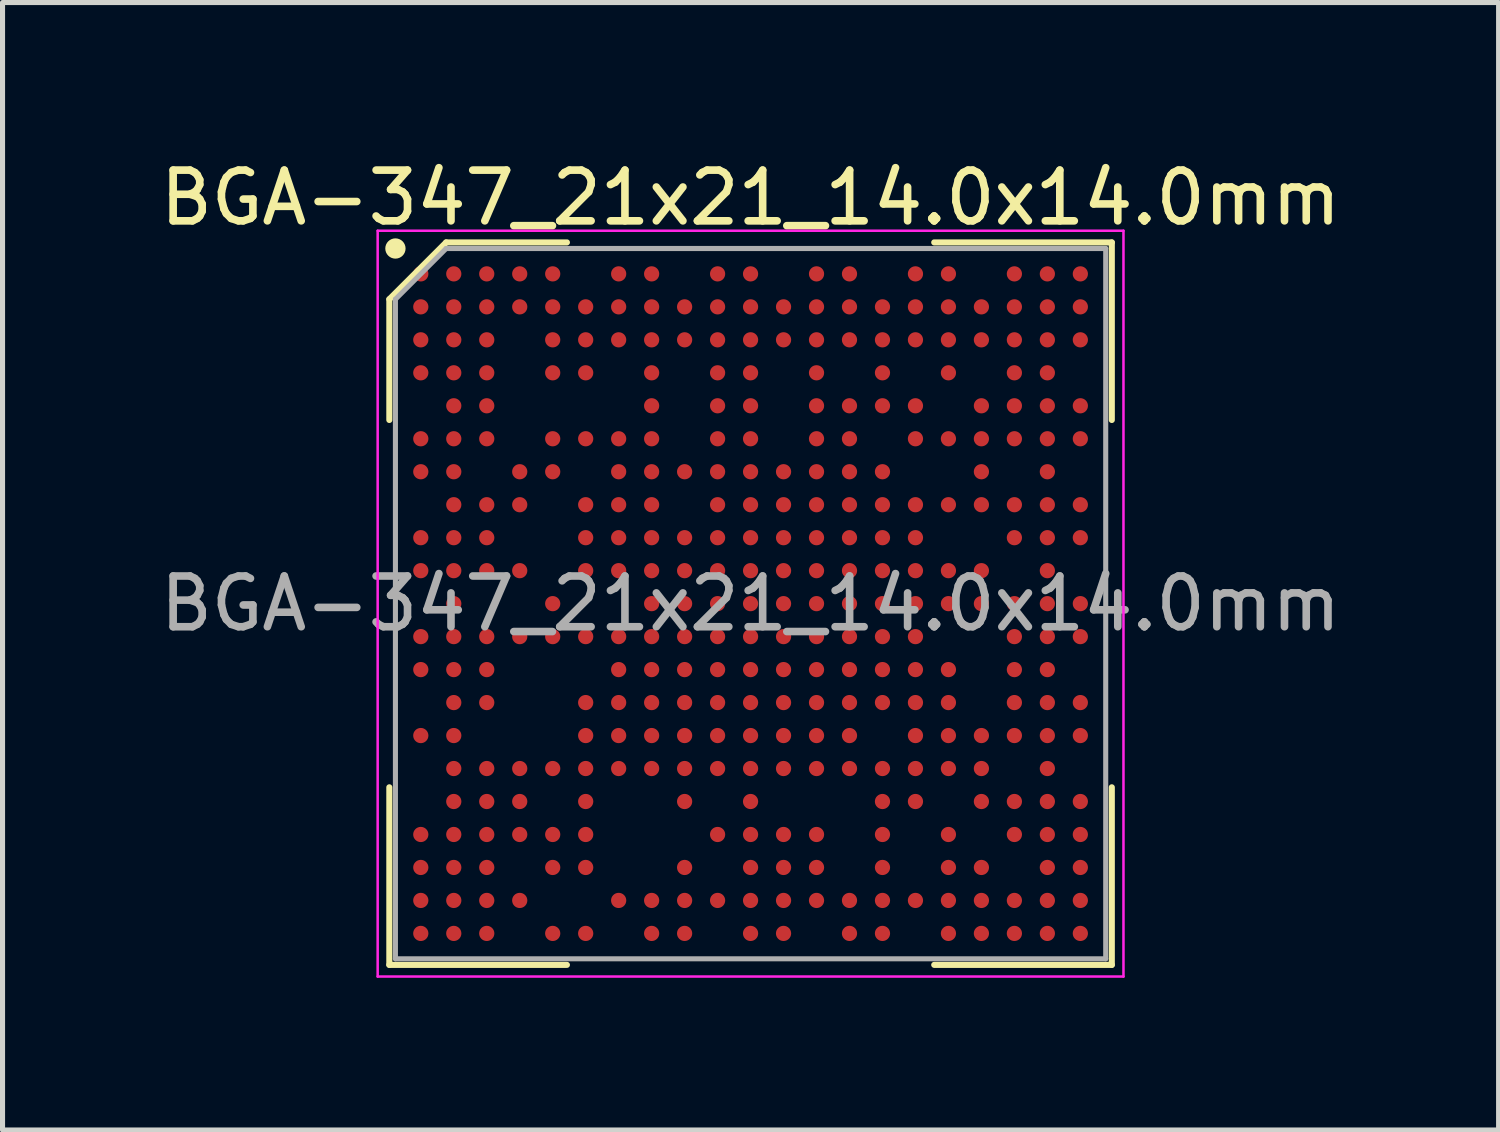
<source format=kicad_pcb>
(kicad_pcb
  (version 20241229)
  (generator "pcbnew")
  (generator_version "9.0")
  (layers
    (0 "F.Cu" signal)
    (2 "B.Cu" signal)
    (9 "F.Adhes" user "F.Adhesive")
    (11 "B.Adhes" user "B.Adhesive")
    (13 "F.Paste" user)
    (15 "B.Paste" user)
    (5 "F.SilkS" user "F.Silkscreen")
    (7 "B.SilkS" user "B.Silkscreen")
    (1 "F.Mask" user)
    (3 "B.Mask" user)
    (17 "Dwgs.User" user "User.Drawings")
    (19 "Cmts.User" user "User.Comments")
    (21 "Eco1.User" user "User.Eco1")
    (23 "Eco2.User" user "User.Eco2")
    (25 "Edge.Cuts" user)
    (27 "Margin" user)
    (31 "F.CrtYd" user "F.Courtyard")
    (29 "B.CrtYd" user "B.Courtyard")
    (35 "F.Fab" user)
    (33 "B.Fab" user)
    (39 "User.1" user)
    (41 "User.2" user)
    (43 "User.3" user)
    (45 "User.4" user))
  (footprint "BGA-347_21x21_14.0x14.0mm"
    (layer "F.Cu")
    (at 11.744 8.848)
    (property "Reference" "BGA-347_21x21_14.0x14.0mm" (at 0 -8 0) (layer "F.SilkS") (effects (font (size 1 1) (thickness 0.15))))
    (attr smd)
    (fp_line (start -7.12 -6) (end -7.12 -3.62) (stroke (width 0.12) (type default)) (layer "F.SilkS"))
    (fp_line (start -7.12 7.12) (end -7.12 3.62) (stroke (width 0.12) (type default)) (layer "F.SilkS"))
    (fp_line (start -6 -7.12) (end -7.12 -6) (stroke (width 0.12) (type default)) (layer "F.SilkS"))
    (fp_line (start -3.62 -7.12) (end -6 -7.12) (stroke (width 0.12) (type default)) (layer "F.SilkS"))
    (fp_line (start -3.62 7.12) (end -7.12 7.12) (stroke (width 0.12) (type default)) (layer "F.SilkS"))
    (fp_line (start 3.62 -7.12) (end 7.12 -7.12) (stroke (width 0.12) (type default)) (layer "F.SilkS"))
    (fp_line (start 3.62 7.12) (end 7.12 7.12) (stroke (width 0.12) (type default)) (layer "F.SilkS"))
    (fp_line (start 7.12 -7.12) (end 7.12 -3.62) (stroke (width 0.12) (type default)) (layer "F.SilkS"))
    (fp_line (start 7.12 7.12) (end 7.12 3.62) (stroke (width 0.12) (type default)) (layer "F.SilkS"))
    (fp_circle (center -7 -7) (end -7 -6.9) (stroke (width 0.2) (type default)) (fill no) (layer "F.SilkS"))
    (fp_line (start -7.35 -7.35) (end 7.35 -7.35) (stroke (width 0.05) (type default)) (layer "F.CrtYd"))
    (fp_line (start -7.35 7.35) (end -7.35 -7.35) (stroke (width 0.05) (type default)) (layer "F.CrtYd"))
    (fp_line (start 7.35 -7.35) (end 7.35 7.35) (stroke (width 0.05) (type default)) (layer "F.CrtYd"))
    (fp_line (start 7.35 7.35) (end -7.35 7.35) (stroke (width 0.05) (type default)) (layer "F.CrtYd"))
    (fp_line (start -7 -6) (end -7 7) (stroke (width 0.1) (type default)) (layer "F.Fab"))
    (fp_line (start -7 7) (end 7 7) (stroke (width 0.1) (type default)) (layer "F.Fab"))
    (fp_line (start -6 -7) (end -7 -6) (stroke (width 0.1) (type default)) (layer "F.Fab"))
    (fp_line (start 7 -7) (end -6 -7) (stroke (width 0.1) (type default)) (layer "F.Fab"))
    (fp_line (start 7 7) (end 7 -7) (stroke (width 0.1) (type default)) (layer "F.Fab"))
    (fp_text user "${REFERENCE}" (at 0 0 0) (layer "F.Fab") (effects (font (size 1 1) (thickness 0.15))))
    (pad "A1" smd circle (at -6.5 -6.5) (size 0.3 0.3) (layers "F.Cu" "F.Mask" "F.Paste"))
    (pad "A2" smd circle (at -5.85 -6.5) (size 0.3 0.3) (layers "F.Cu" "F.Mask" "F.Paste"))
    (pad "A3" smd circle (at -5.2 -6.5) (size 0.3 0.3) (layers "F.Cu" "F.Mask" "F.Paste"))
    (pad "A4" smd circle (at -4.55 -6.5) (size 0.3 0.3) (layers "F.Cu" "F.Mask" "F.Paste"))
    (pad "A5" smd circle (at -3.9 -6.5) (size 0.3 0.3) (layers "F.Cu" "F.Mask" "F.Paste"))
    (pad "A7" smd circle (at -2.6 -6.5) (size 0.3 0.3) (layers "F.Cu" "F.Mask" "F.Paste"))
    (pad "A8" smd circle (at -1.95 -6.5) (size 0.3 0.3) (layers "F.Cu" "F.Mask" "F.Paste"))
    (pad "A10" smd circle (at -0.65 -6.5) (size 0.3 0.3) (layers "F.Cu" "F.Mask" "F.Paste"))
    (pad "A11" smd circle (at 0 -6.5) (size 0.3 0.3) (layers "F.Cu" "F.Mask" "F.Paste"))
    (pad "A13" smd circle (at 1.3 -6.5) (size 0.3 0.3) (layers "F.Cu" "F.Mask" "F.Paste"))
    (pad "A14" smd circle (at 1.95 -6.5) (size 0.3 0.3) (layers "F.Cu" "F.Mask" "F.Paste"))
    (pad "A16" smd circle (at 3.25 -6.5) (size 0.3 0.3) (layers "F.Cu" "F.Mask" "F.Paste"))
    (pad "A17" smd circle (at 3.9 -6.5) (size 0.3 0.3) (layers "F.Cu" "F.Mask" "F.Paste"))
    (pad "A19" smd circle (at 5.2 -6.5) (size 0.3 0.3) (layers "F.Cu" "F.Mask" "F.Paste"))
    (pad "A20" smd circle (at 5.85 -6.5) (size 0.3 0.3) (layers "F.Cu" "F.Mask" "F.Paste"))
    (pad "A21" smd circle (at 6.5 -6.5) (size 0.3 0.3) (layers "F.Cu" "F.Mask" "F.Paste"))
    (pad "AA1" smd circle (at -6.5 6.5) (size 0.3 0.3) (layers "F.Cu" "F.Mask" "F.Paste"))
    (pad "AA2" smd circle (at -5.85 6.5) (size 0.3 0.3) (layers "F.Cu" "F.Mask" "F.Paste"))
    (pad "AA3" smd circle (at -5.2 6.5) (size 0.3 0.3) (layers "F.Cu" "F.Mask" "F.Paste"))
    (pad "AA5" smd circle (at -3.9 6.5) (size 0.3 0.3) (layers "F.Cu" "F.Mask" "F.Paste"))
    (pad "AA6" smd circle (at -3.25 6.5) (size 0.3 0.3) (layers "F.Cu" "F.Mask" "F.Paste"))
    (pad "AA8" smd circle (at -1.95 6.5) (size 0.3 0.3) (layers "F.Cu" "F.Mask" "F.Paste"))
    (pad "AA9" smd circle (at -1.3 6.5) (size 0.3 0.3) (layers "F.Cu" "F.Mask" "F.Paste"))
    (pad "AA11" smd circle (at 0 6.5) (size 0.3 0.3) (layers "F.Cu" "F.Mask" "F.Paste"))
    (pad "AA12" smd circle (at 0.65 6.5) (size 0.3 0.3) (layers "F.Cu" "F.Mask" "F.Paste"))
    (pad "AA14" smd circle (at 1.95 6.5) (size 0.3 0.3) (layers "F.Cu" "F.Mask" "F.Paste"))
    (pad "AA15" smd circle (at 2.6 6.5) (size 0.3 0.3) (layers "F.Cu" "F.Mask" "F.Paste"))
    (pad "AA17" smd circle (at 3.9 6.5) (size 0.3 0.3) (layers "F.Cu" "F.Mask" "F.Paste"))
    (pad "AA18" smd circle (at 4.55 6.5) (size 0.3 0.3) (layers "F.Cu" "F.Mask" "F.Paste"))
    (pad "AA19" smd circle (at 5.2 6.5) (size 0.3 0.3) (layers "F.Cu" "F.Mask" "F.Paste"))
    (pad "AA20" smd circle (at 5.85 6.5) (size 0.3 0.3) (layers "F.Cu" "F.Mask" "F.Paste"))
    (pad "AA21" smd circle (at 6.5 6.5) (size 0.3 0.3) (layers "F.Cu" "F.Mask" "F.Paste"))
    (pad "B1" smd circle (at -6.5 -5.85) (size 0.3 0.3) (layers "F.Cu" "F.Mask" "F.Paste"))
    (pad "B2" smd circle (at -5.85 -5.85) (size 0.3 0.3) (layers "F.Cu" "F.Mask" "F.Paste"))
    (pad "B3" smd circle (at -5.2 -5.85) (size 0.3 0.3) (layers "F.Cu" "F.Mask" "F.Paste"))
    (pad "B4" smd circle (at -4.55 -5.85) (size 0.3 0.3) (layers "F.Cu" "F.Mask" "F.Paste"))
    (pad "B5" smd circle (at -3.9 -5.85) (size 0.3 0.3) (layers "F.Cu" "F.Mask" "F.Paste"))
    (pad "B6" smd circle (at -3.25 -5.85) (size 0.3 0.3) (layers "F.Cu" "F.Mask" "F.Paste"))
    (pad "B7" smd circle (at -2.6 -5.85) (size 0.3 0.3) (layers "F.Cu" "F.Mask" "F.Paste"))
    (pad "B8" smd circle (at -1.95 -5.85) (size 0.3 0.3) (layers "F.Cu" "F.Mask" "F.Paste"))
    (pad "B9" smd circle (at -1.3 -5.85) (size 0.3 0.3) (layers "F.Cu" "F.Mask" "F.Paste"))
    (pad "B10" smd circle (at -0.65 -5.85) (size 0.3 0.3) (layers "F.Cu" "F.Mask" "F.Paste"))
    (pad "B11" smd circle (at 0 -5.85) (size 0.3 0.3) (layers "F.Cu" "F.Mask" "F.Paste"))
    (pad "B12" smd circle (at 0.65 -5.85) (size 0.3 0.3) (layers "F.Cu" "F.Mask" "F.Paste"))
    (pad "B13" smd circle (at 1.3 -5.85) (size 0.3 0.3) (layers "F.Cu" "F.Mask" "F.Paste"))
    (pad "B14" smd circle (at 1.95 -5.85) (size 0.3 0.3) (layers "F.Cu" "F.Mask" "F.Paste"))
    (pad "B15" smd circle (at 2.6 -5.85) (size 0.3 0.3) (layers "F.Cu" "F.Mask" "F.Paste"))
    (pad "B16" smd circle (at 3.25 -5.85) (size 0.3 0.3) (layers "F.Cu" "F.Mask" "F.Paste"))
    (pad "B17" smd circle (at 3.9 -5.85) (size 0.3 0.3) (layers "F.Cu" "F.Mask" "F.Paste"))
    (pad "B18" smd circle (at 4.55 -5.85) (size 0.3 0.3) (layers "F.Cu" "F.Mask" "F.Paste"))
    (pad "B19" smd circle (at 5.2 -5.85) (size 0.3 0.3) (layers "F.Cu" "F.Mask" "F.Paste"))
    (pad "B20" smd circle (at 5.85 -5.85) (size 0.3 0.3) (layers "F.Cu" "F.Mask" "F.Paste"))
    (pad "B21" smd circle (at 6.5 -5.85) (size 0.3 0.3) (layers "F.Cu" "F.Mask" "F.Paste"))
    (pad "C1" smd circle (at -6.5 -5.2) (size 0.3 0.3) (layers "F.Cu" "F.Mask" "F.Paste"))
    (pad "C2" smd circle (at -5.85 -5.2) (size 0.3 0.3) (layers "F.Cu" "F.Mask" "F.Paste"))
    (pad "C3" smd circle (at -5.2 -5.2) (size 0.3 0.3) (layers "F.Cu" "F.Mask" "F.Paste"))
    (pad "C5" smd circle (at -3.9 -5.2) (size 0.3 0.3) (layers "F.Cu" "F.Mask" "F.Paste"))
    (pad "C6" smd circle (at -3.25 -5.2) (size 0.3 0.3) (layers "F.Cu" "F.Mask" "F.Paste"))
    (pad "C7" smd circle (at -2.6 -5.2) (size 0.3 0.3) (layers "F.Cu" "F.Mask" "F.Paste"))
    (pad "C8" smd circle (at -1.95 -5.2) (size 0.3 0.3) (layers "F.Cu" "F.Mask" "F.Paste"))
    (pad "C9" smd circle (at -1.3 -5.2) (size 0.3 0.3) (layers "F.Cu" "F.Mask" "F.Paste"))
    (pad "C10" smd circle (at -0.65 -5.2) (size 0.3 0.3) (layers "F.Cu" "F.Mask" "F.Paste"))
    (pad "C11" smd circle (at 0 -5.2) (size 0.3 0.3) (layers "F.Cu" "F.Mask" "F.Paste"))
    (pad "C12" smd circle (at 0.65 -5.2) (size 0.3 0.3) (layers "F.Cu" "F.Mask" "F.Paste"))
    (pad "C13" smd circle (at 1.3 -5.2) (size 0.3 0.3) (layers "F.Cu" "F.Mask" "F.Paste"))
    (pad "C14" smd circle (at 1.95 -5.2) (size 0.3 0.3) (layers "F.Cu" "F.Mask" "F.Paste"))
    (pad "C15" smd circle (at 2.6 -5.2) (size 0.3 0.3) (layers "F.Cu" "F.Mask" "F.Paste"))
    (pad "C16" smd circle (at 3.25 -5.2) (size 0.3 0.3) (layers "F.Cu" "F.Mask" "F.Paste"))
    (pad "C17" smd circle (at 3.9 -5.2) (size 0.3 0.3) (layers "F.Cu" "F.Mask" "F.Paste"))
    (pad "C18" smd circle (at 4.55 -5.2) (size 0.3 0.3) (layers "F.Cu" "F.Mask" "F.Paste"))
    (pad "C19" smd circle (at 5.2 -5.2) (size 0.3 0.3) (layers "F.Cu" "F.Mask" "F.Paste"))
    (pad "C20" smd circle (at 5.85 -5.2) (size 0.3 0.3) (layers "F.Cu" "F.Mask" "F.Paste"))
    (pad "C21" smd circle (at 6.5 -5.2) (size 0.3 0.3) (layers "F.Cu" "F.Mask" "F.Paste"))
    (pad "D1" smd circle (at -6.5 -4.55) (size 0.3 0.3) (layers "F.Cu" "F.Mask" "F.Paste"))
    (pad "D2" smd circle (at -5.85 -4.55) (size 0.3 0.3) (layers "F.Cu" "F.Mask" "F.Paste"))
    (pad "D3" smd circle (at -5.2 -4.55) (size 0.3 0.3) (layers "F.Cu" "F.Mask" "F.Paste"))
    (pad "D5" smd circle (at -3.9 -4.55) (size 0.3 0.3) (layers "F.Cu" "F.Mask" "F.Paste"))
    (pad "D6" smd circle (at -3.25 -4.55) (size 0.3 0.3) (layers "F.Cu" "F.Mask" "F.Paste"))
    (pad "D8" smd circle (at -1.95 -4.55) (size 0.3 0.3) (layers "F.Cu" "F.Mask" "F.Paste"))
    (pad "D10" smd circle (at -0.65 -4.55) (size 0.3 0.3) (layers "F.Cu" "F.Mask" "F.Paste"))
    (pad "D11" smd circle (at 0 -4.55) (size 0.3 0.3) (layers "F.Cu" "F.Mask" "F.Paste"))
    (pad "D13" smd circle (at 1.3 -4.55) (size 0.3 0.3) (layers "F.Cu" "F.Mask" "F.Paste"))
    (pad "D15" smd circle (at 2.6 -4.55) (size 0.3 0.3) (layers "F.Cu" "F.Mask" "F.Paste"))
    (pad "D17" smd circle (at 3.9 -4.55) (size 0.3 0.3) (layers "F.Cu" "F.Mask" "F.Paste"))
    (pad "D19" smd circle (at 5.2 -4.55) (size 0.3 0.3) (layers "F.Cu" "F.Mask" "F.Paste"))
    (pad "D20" smd circle (at 5.85 -4.55) (size 0.3 0.3) (layers "F.Cu" "F.Mask" "F.Paste"))
    (pad "E2" smd circle (at -5.85 -3.9) (size 0.3 0.3) (layers "F.Cu" "F.Mask" "F.Paste"))
    (pad "E3" smd circle (at -5.2 -3.9) (size 0.3 0.3) (layers "F.Cu" "F.Mask" "F.Paste"))
    (pad "E8" smd circle (at -1.95 -3.9) (size 0.3 0.3) (layers "F.Cu" "F.Mask" "F.Paste"))
    (pad "E10" smd circle (at -0.65 -3.9) (size 0.3 0.3) (layers "F.Cu" "F.Mask" "F.Paste"))
    (pad "E11" smd circle (at 0 -3.9) (size 0.3 0.3) (layers "F.Cu" "F.Mask" "F.Paste"))
    (pad "E13" smd circle (at 1.3 -3.9) (size 0.3 0.3) (layers "F.Cu" "F.Mask" "F.Paste"))
    (pad "E14" smd circle (at 1.95 -3.9) (size 0.3 0.3) (layers "F.Cu" "F.Mask" "F.Paste"))
    (pad "E15" smd circle (at 2.6 -3.9) (size 0.3 0.3) (layers "F.Cu" "F.Mask" "F.Paste"))
    (pad "E16" smd circle (at 3.25 -3.9) (size 0.3 0.3) (layers "F.Cu" "F.Mask" "F.Paste"))
    (pad "E18" smd circle (at 4.55 -3.9) (size 0.3 0.3) (layers "F.Cu" "F.Mask" "F.Paste"))
    (pad "E19" smd circle (at 5.2 -3.9) (size 0.3 0.3) (layers "F.Cu" "F.Mask" "F.Paste"))
    (pad "E20" smd circle (at 5.85 -3.9) (size 0.3 0.3) (layers "F.Cu" "F.Mask" "F.Paste"))
    (pad "E21" smd circle (at 6.5 -3.9) (size 0.3 0.3) (layers "F.Cu" "F.Mask" "F.Paste"))
    (pad "F1" smd circle (at -6.5 -3.25) (size 0.3 0.3) (layers "F.Cu" "F.Mask" "F.Paste"))
    (pad "F2" smd circle (at -5.85 -3.25) (size 0.3 0.3) (layers "F.Cu" "F.Mask" "F.Paste"))
    (pad "F3" smd circle (at -5.2 -3.25) (size 0.3 0.3) (layers "F.Cu" "F.Mask" "F.Paste"))
    (pad "F5" smd circle (at -3.9 -3.25) (size 0.3 0.3) (layers "F.Cu" "F.Mask" "F.Paste"))
    (pad "F6" smd circle (at -3.25 -3.25) (size 0.3 0.3) (layers "F.Cu" "F.Mask" "F.Paste"))
    (pad "F7" smd circle (at -2.6 -3.25) (size 0.3 0.3) (layers "F.Cu" "F.Mask" "F.Paste"))
    (pad "F8" smd circle (at -1.95 -3.25) (size 0.3 0.3) (layers "F.Cu" "F.Mask" "F.Paste"))
    (pad "F10" smd circle (at -0.65 -3.25) (size 0.3 0.3) (layers "F.Cu" "F.Mask" "F.Paste"))
    (pad "F11" smd circle (at 0 -3.25) (size 0.3 0.3) (layers "F.Cu" "F.Mask" "F.Paste"))
    (pad "F13" smd circle (at 1.3 -3.25) (size 0.3 0.3) (layers "F.Cu" "F.Mask" "F.Paste"))
    (pad "F14" smd circle (at 1.95 -3.25) (size 0.3 0.3) (layers "F.Cu" "F.Mask" "F.Paste"))
    (pad "F16" smd circle (at 3.25 -3.25) (size 0.3 0.3) (layers "F.Cu" "F.Mask" "F.Paste"))
    (pad "F17" smd circle (at 3.9 -3.25) (size 0.3 0.3) (layers "F.Cu" "F.Mask" "F.Paste"))
    (pad "F18" smd circle (at 4.55 -3.25) (size 0.3 0.3) (layers "F.Cu" "F.Mask" "F.Paste"))
    (pad "F19" smd circle (at 5.2 -3.25) (size 0.3 0.3) (layers "F.Cu" "F.Mask" "F.Paste"))
    (pad "F20" smd circle (at 5.85 -3.25) (size 0.3 0.3) (layers "F.Cu" "F.Mask" "F.Paste"))
    (pad "F21" smd circle (at 6.5 -3.25) (size 0.3 0.3) (layers "F.Cu" "F.Mask" "F.Paste"))
    (pad "G1" smd circle (at -6.5 -2.6) (size 0.3 0.3) (layers "F.Cu" "F.Mask" "F.Paste"))
    (pad "G2" smd circle (at -5.85 -2.6) (size 0.3 0.3) (layers "F.Cu" "F.Mask" "F.Paste"))
    (pad "G4" smd circle (at -4.55 -2.6) (size 0.3 0.3) (layers "F.Cu" "F.Mask" "F.Paste"))
    (pad "G5" smd circle (at -3.9 -2.6) (size 0.3 0.3) (layers "F.Cu" "F.Mask" "F.Paste"))
    (pad "G7" smd circle (at -2.6 -2.6) (size 0.3 0.3) (layers "F.Cu" "F.Mask" "F.Paste"))
    (pad "G8" smd circle (at -1.95 -2.6) (size 0.3 0.3) (layers "F.Cu" "F.Mask" "F.Paste"))
    (pad "G9" smd circle (at -1.3 -2.6) (size 0.3 0.3) (layers "F.Cu" "F.Mask" "F.Paste"))
    (pad "G10" smd circle (at -0.65 -2.6) (size 0.3 0.3) (layers "F.Cu" "F.Mask" "F.Paste"))
    (pad "G11" smd circle (at 0 -2.6) (size 0.3 0.3) (layers "F.Cu" "F.Mask" "F.Paste"))
    (pad "G12" smd circle (at 0.65 -2.6) (size 0.3 0.3) (layers "F.Cu" "F.Mask" "F.Paste"))
    (pad "G13" smd circle (at 1.3 -2.6) (size 0.3 0.3) (layers "F.Cu" "F.Mask" "F.Paste"))
    (pad "G14" smd circle (at 1.95 -2.6) (size 0.3 0.3) (layers "F.Cu" "F.Mask" "F.Paste"))
    (pad "G15" smd circle (at 2.6 -2.6) (size 0.3 0.3) (layers "F.Cu" "F.Mask" "F.Paste"))
    (pad "G18" smd circle (at 4.55 -2.6) (size 0.3 0.3) (layers "F.Cu" "F.Mask" "F.Paste"))
    (pad "G20" smd circle (at 5.85 -2.6) (size 0.3 0.3) (layers "F.Cu" "F.Mask" "F.Paste"))
    (pad "H2" smd circle (at -5.85 -1.95) (size 0.3 0.3) (layers "F.Cu" "F.Mask" "F.Paste"))
    (pad "H3" smd circle (at -5.2 -1.95) (size 0.3 0.3) (layers "F.Cu" "F.Mask" "F.Paste"))
    (pad "H4" smd circle (at -4.55 -1.95) (size 0.3 0.3) (layers "F.Cu" "F.Mask" "F.Paste"))
    (pad "H6" smd circle (at -3.25 -1.95) (size 0.3 0.3) (layers "F.Cu" "F.Mask" "F.Paste"))
    (pad "H7" smd circle (at -2.6 -1.95) (size 0.3 0.3) (layers "F.Cu" "F.Mask" "F.Paste"))
    (pad "H8" smd circle (at -1.95 -1.95) (size 0.3 0.3) (layers "F.Cu" "F.Mask" "F.Paste"))
    (pad "H10" smd circle (at -0.65 -1.95) (size 0.3 0.3) (layers "F.Cu" "F.Mask" "F.Paste"))
    (pad "H11" smd circle (at 0 -1.95) (size 0.3 0.3) (layers "F.Cu" "F.Mask" "F.Paste"))
    (pad "H12" smd circle (at 0.65 -1.95) (size 0.3 0.3) (layers "F.Cu" "F.Mask" "F.Paste"))
    (pad "H13" smd circle (at 1.3 -1.95) (size 0.3 0.3) (layers "F.Cu" "F.Mask" "F.Paste"))
    (pad "H14" smd circle (at 1.95 -1.95) (size 0.3 0.3) (layers "F.Cu" "F.Mask" "F.Paste"))
    (pad "H15" smd circle (at 2.6 -1.95) (size 0.3 0.3) (layers "F.Cu" "F.Mask" "F.Paste"))
    (pad "H16" smd circle (at 3.25 -1.95) (size 0.3 0.3) (layers "F.Cu" "F.Mask" "F.Paste"))
    (pad "H17" smd circle (at 3.9 -1.95) (size 0.3 0.3) (layers "F.Cu" "F.Mask" "F.Paste"))
    (pad "H18" smd circle (at 4.55 -1.95) (size 0.3 0.3) (layers "F.Cu" "F.Mask" "F.Paste"))
    (pad "H19" smd circle (at 5.2 -1.95) (size 0.3 0.3) (layers "F.Cu" "F.Mask" "F.Paste"))
    (pad "H20" smd circle (at 5.85 -1.95) (size 0.3 0.3) (layers "F.Cu" "F.Mask" "F.Paste"))
    (pad "H21" smd circle (at 6.5 -1.95) (size 0.3 0.3) (layers "F.Cu" "F.Mask" "F.Paste"))
    (pad "J1" smd circle (at -6.5 -1.3) (size 0.3 0.3) (layers "F.Cu" "F.Mask" "F.Paste"))
    (pad "J2" smd circle (at -5.85 -1.3) (size 0.3 0.3) (layers "F.Cu" "F.Mask" "F.Paste"))
    (pad "J3" smd circle (at -5.2 -1.3) (size 0.3 0.3) (layers "F.Cu" "F.Mask" "F.Paste"))
    (pad "J6" smd circle (at -3.25 -1.3) (size 0.3 0.3) (layers "F.Cu" "F.Mask" "F.Paste"))
    (pad "J7" smd circle (at -2.6 -1.3) (size 0.3 0.3) (layers "F.Cu" "F.Mask" "F.Paste"))
    (pad "J8" smd circle (at -1.95 -1.3) (size 0.3 0.3) (layers "F.Cu" "F.Mask" "F.Paste"))
    (pad "J9" smd circle (at -1.3 -1.3) (size 0.3 0.3) (layers "F.Cu" "F.Mask" "F.Paste"))
    (pad "J10" smd circle (at -0.65 -1.3) (size 0.3 0.3) (layers "F.Cu" "F.Mask" "F.Paste"))
    (pad "J11" smd circle (at 0 -1.3) (size 0.3 0.3) (layers "F.Cu" "F.Mask" "F.Paste"))
    (pad "J12" smd circle (at 0.65 -1.3) (size 0.3 0.3) (layers "F.Cu" "F.Mask" "F.Paste"))
    (pad "J13" smd circle (at 1.3 -1.3) (size 0.3 0.3) (layers "F.Cu" "F.Mask" "F.Paste"))
    (pad "J14" smd circle (at 1.95 -1.3) (size 0.3 0.3) (layers "F.Cu" "F.Mask" "F.Paste"))
    (pad "J15" smd circle (at 2.6 -1.3) (size 0.3 0.3) (layers "F.Cu" "F.Mask" "F.Paste"))
    (pad "J16" smd circle (at 3.25 -1.3) (size 0.3 0.3) (layers "F.Cu" "F.Mask" "F.Paste"))
    (pad "J19" smd circle (at 5.2 -1.3) (size 0.3 0.3) (layers "F.Cu" "F.Mask" "F.Paste"))
    (pad "J20" smd circle (at 5.85 -1.3) (size 0.3 0.3) (layers "F.Cu" "F.Mask" "F.Paste"))
    (pad "J21" smd circle (at 6.5 -1.3) (size 0.3 0.3) (layers "F.Cu" "F.Mask" "F.Paste"))
    (pad "K1" smd circle (at -6.5 -0.65) (size 0.3 0.3) (layers "F.Cu" "F.Mask" "F.Paste"))
    (pad "K2" smd circle (at -5.85 -0.65) (size 0.3 0.3) (layers "F.Cu" "F.Mask" "F.Paste"))
    (pad "K3" smd circle (at -5.2 -0.65) (size 0.3 0.3) (layers "F.Cu" "F.Mask" "F.Paste"))
    (pad "K4" smd circle (at -4.55 -0.65) (size 0.3 0.3) (layers "F.Cu" "F.Mask" "F.Paste"))
    (pad "K6" smd circle (at -3.25 -0.65) (size 0.3 0.3) (layers "F.Cu" "F.Mask" "F.Paste"))
    (pad "K7" smd circle (at -2.6 -0.65) (size 0.3 0.3) (layers "F.Cu" "F.Mask" "F.Paste"))
    (pad "K8" smd circle (at -1.95 -0.65) (size 0.3 0.3) (layers "F.Cu" "F.Mask" "F.Paste"))
    (pad "K9" smd circle (at -1.3 -0.65) (size 0.3 0.3) (layers "F.Cu" "F.Mask" "F.Paste"))
    (pad "K10" smd circle (at -0.65 -0.65) (size 0.3 0.3) (layers "F.Cu" "F.Mask" "F.Paste"))
    (pad "K11" smd circle (at 0 -0.65) (size 0.3 0.3) (layers "F.Cu" "F.Mask" "F.Paste"))
    (pad "K12" smd circle (at 0.65 -0.65) (size 0.3 0.3) (layers "F.Cu" "F.Mask" "F.Paste"))
    (pad "K13" smd circle (at 1.3 -0.65) (size 0.3 0.3) (layers "F.Cu" "F.Mask" "F.Paste"))
    (pad "K14" smd circle (at 1.95 -0.65) (size 0.3 0.3) (layers "F.Cu" "F.Mask" "F.Paste"))
    (pad "K15" smd circle (at 2.6 -0.65) (size 0.3 0.3) (layers "F.Cu" "F.Mask" "F.Paste"))
    (pad "K16" smd circle (at 3.25 -0.65) (size 0.3 0.3) (layers "F.Cu" "F.Mask" "F.Paste"))
    (pad "K17" smd circle (at 3.9 -0.65) (size 0.3 0.3) (layers "F.Cu" "F.Mask" "F.Paste"))
    (pad "K18" smd circle (at 4.55 -0.65) (size 0.3 0.3) (layers "F.Cu" "F.Mask" "F.Paste"))
    (pad "K20" smd circle (at 5.85 -0.65) (size 0.3 0.3) (layers "F.Cu" "F.Mask" "F.Paste"))
    (pad "L2" smd circle (at -5.85 0) (size 0.3 0.3) (layers "F.Cu" "F.Mask" "F.Paste"))
    (pad "L5" smd circle (at -3.9 0) (size 0.3 0.3) (layers "F.Cu" "F.Mask" "F.Paste"))
    (pad "L8" smd circle (at -1.95 0) (size 0.3 0.3) (layers "F.Cu" "F.Mask" "F.Paste"))
    (pad "L9" smd circle (at -1.3 0) (size 0.3 0.3) (layers "F.Cu" "F.Mask" "F.Paste"))
    (pad "L10" smd circle (at -0.65 0) (size 0.3 0.3) (layers "F.Cu" "F.Mask" "F.Paste"))
    (pad "L11" smd circle (at 0 0) (size 0.3 0.3) (layers "F.Cu" "F.Mask" "F.Paste"))
    (pad "L12" smd circle (at 0.65 0) (size 0.3 0.3) (layers "F.Cu" "F.Mask" "F.Paste"))
    (pad "L13" smd circle (at 1.3 0) (size 0.3 0.3) (layers "F.Cu" "F.Mask" "F.Paste"))
    (pad "L14" smd circle (at 1.95 0) (size 0.3 0.3) (layers "F.Cu" "F.Mask" "F.Paste"))
    (pad "L15" smd circle (at 2.6 0) (size 0.3 0.3) (layers "F.Cu" "F.Mask" "F.Paste"))
    (pad "L16" smd circle (at 3.25 0) (size 0.3 0.3) (layers "F.Cu" "F.Mask" "F.Paste"))
    (pad "L17" smd circle (at 3.9 0) (size 0.3 0.3) (layers "F.Cu" "F.Mask" "F.Paste"))
    (pad "L18" smd circle (at 4.55 0) (size 0.3 0.3) (layers "F.Cu" "F.Mask" "F.Paste"))
    (pad "L19" smd circle (at 5.2 0) (size 0.3 0.3) (layers "F.Cu" "F.Mask" "F.Paste"))
    (pad "L20" smd circle (at 5.85 0) (size 0.3 0.3) (layers "F.Cu" "F.Mask" "F.Paste"))
    (pad "L21" smd circle (at 6.5 0) (size 0.3 0.3) (layers "F.Cu" "F.Mask" "F.Paste"))
    (pad "M1" smd circle (at -6.5 0.65) (size 0.3 0.3) (layers "F.Cu" "F.Mask" "F.Paste"))
    (pad "M2" smd circle (at -5.85 0.65) (size 0.3 0.3) (layers "F.Cu" "F.Mask" "F.Paste"))
    (pad "M3" smd circle (at -5.2 0.65) (size 0.3 0.3) (layers "F.Cu" "F.Mask" "F.Paste"))
    (pad "M4" smd circle (at -4.55 0.65) (size 0.3 0.3) (layers "F.Cu" "F.Mask" "F.Paste"))
    (pad "M5" smd circle (at -3.9 0.65) (size 0.3 0.3) (layers "F.Cu" "F.Mask" "F.Paste"))
    (pad "M6" smd circle (at -3.25 0.65) (size 0.3 0.3) (layers "F.Cu" "F.Mask" "F.Paste"))
    (pad "M7" smd circle (at -2.6 0.65) (size 0.3 0.3) (layers "F.Cu" "F.Mask" "F.Paste"))
    (pad "M8" smd circle (at -1.95 0.65) (size 0.3 0.3) (layers "F.Cu" "F.Mask" "F.Paste"))
    (pad "M9" smd circle (at -1.3 0.65) (size 0.3 0.3) (layers "F.Cu" "F.Mask" "F.Paste"))
    (pad "M10" smd circle (at -0.65 0.65) (size 0.3 0.3) (layers "F.Cu" "F.Mask" "F.Paste"))
    (pad "M11" smd circle (at 0 0.65) (size 0.3 0.3) (layers "F.Cu" "F.Mask" "F.Paste"))
    (pad "M12" smd circle (at 0.65 0.65) (size 0.3 0.3) (layers "F.Cu" "F.Mask" "F.Paste"))
    (pad "M13" smd circle (at 1.3 0.65) (size 0.3 0.3) (layers "F.Cu" "F.Mask" "F.Paste"))
    (pad "M14" smd circle (at 1.95 0.65) (size 0.3 0.3) (layers "F.Cu" "F.Mask" "F.Paste"))
    (pad "M15" smd circle (at 2.6 0.65) (size 0.3 0.3) (layers "F.Cu" "F.Mask" "F.Paste"))
    (pad "M16" smd circle (at 3.25 0.65) (size 0.3 0.3) (layers "F.Cu" "F.Mask" "F.Paste"))
    (pad "M19" smd circle (at 5.2 0.65) (size 0.3 0.3) (layers "F.Cu" "F.Mask" "F.Paste"))
    (pad "M20" smd circle (at 5.85 0.65) (size 0.3 0.3) (layers "F.Cu" "F.Mask" "F.Paste"))
    (pad "M21" smd circle (at 6.5 0.65) (size 0.3 0.3) (layers "F.Cu" "F.Mask" "F.Paste"))
    (pad "N1" smd circle (at -6.5 1.3) (size 0.3 0.3) (layers "F.Cu" "F.Mask" "F.Paste"))
    (pad "N2" smd circle (at -5.85 1.3) (size 0.3 0.3) (layers "F.Cu" "F.Mask" "F.Paste"))
    (pad "N3" smd circle (at -5.2 1.3) (size 0.3 0.3) (layers "F.Cu" "F.Mask" "F.Paste"))
    (pad "N7" smd circle (at -2.6 1.3) (size 0.3 0.3) (layers "F.Cu" "F.Mask" "F.Paste"))
    (pad "N8" smd circle (at -1.95 1.3) (size 0.3 0.3) (layers "F.Cu" "F.Mask" "F.Paste"))
    (pad "N9" smd circle (at -1.3 1.3) (size 0.3 0.3) (layers "F.Cu" "F.Mask" "F.Paste"))
    (pad "N10" smd circle (at -0.65 1.3) (size 0.3 0.3) (layers "F.Cu" "F.Mask" "F.Paste"))
    (pad "N11" smd circle (at 0 1.3) (size 0.3 0.3) (layers "F.Cu" "F.Mask" "F.Paste"))
    (pad "N12" smd circle (at 0.65 1.3) (size 0.3 0.3) (layers "F.Cu" "F.Mask" "F.Paste"))
    (pad "N13" smd circle (at 1.3 1.3) (size 0.3 0.3) (layers "F.Cu" "F.Mask" "F.Paste"))
    (pad "N14" smd circle (at 1.95 1.3) (size 0.3 0.3) (layers "F.Cu" "F.Mask" "F.Paste"))
    (pad "N15" smd circle (at 2.6 1.3) (size 0.3 0.3) (layers "F.Cu" "F.Mask" "F.Paste"))
    (pad "N16" smd circle (at 3.25 1.3) (size 0.3 0.3) (layers "F.Cu" "F.Mask" "F.Paste"))
    (pad "N17" smd circle (at 3.9 1.3) (size 0.3 0.3) (layers "F.Cu" "F.Mask" "F.Paste"))
    (pad "N19" smd circle (at 5.2 1.3) (size 0.3 0.3) (layers "F.Cu" "F.Mask" "F.Paste"))
    (pad "N20" smd circle (at 5.85 1.3) (size 0.3 0.3) (layers "F.Cu" "F.Mask" "F.Paste"))
    (pad "P2" smd circle (at -5.85 1.95) (size 0.3 0.3) (layers "F.Cu" "F.Mask" "F.Paste"))
    (pad "P3" smd circle (at -5.2 1.95) (size 0.3 0.3) (layers "F.Cu" "F.Mask" "F.Paste"))
    (pad "P6" smd circle (at -3.25 1.95) (size 0.3 0.3) (layers "F.Cu" "F.Mask" "F.Paste"))
    (pad "P7" smd circle (at -2.6 1.95) (size 0.3 0.3) (layers "F.Cu" "F.Mask" "F.Paste"))
    (pad "P8" smd circle (at -1.95 1.95) (size 0.3 0.3) (layers "F.Cu" "F.Mask" "F.Paste"))
    (pad "P9" smd circle (at -1.3 1.95) (size 0.3 0.3) (layers "F.Cu" "F.Mask" "F.Paste"))
    (pad "P10" smd circle (at -0.65 1.95) (size 0.3 0.3) (layers "F.Cu" "F.Mask" "F.Paste"))
    (pad "P11" smd circle (at 0 1.95) (size 0.3 0.3) (layers "F.Cu" "F.Mask" "F.Paste"))
    (pad "P12" smd circle (at 0.65 1.95) (size 0.3 0.3) (layers "F.Cu" "F.Mask" "F.Paste"))
    (pad "P13" smd circle (at 1.3 1.95) (size 0.3 0.3) (layers "F.Cu" "F.Mask" "F.Paste"))
    (pad "P14" smd circle (at 1.95 1.95) (size 0.3 0.3) (layers "F.Cu" "F.Mask" "F.Paste"))
    (pad "P15" smd circle (at 2.6 1.95) (size 0.3 0.3) (layers "F.Cu" "F.Mask" "F.Paste"))
    (pad "P16" smd circle (at 3.25 1.95) (size 0.3 0.3) (layers "F.Cu" "F.Mask" "F.Paste"))
    (pad "P17" smd circle (at 3.9 1.95) (size 0.3 0.3) (layers "F.Cu" "F.Mask" "F.Paste"))
    (pad "P19" smd circle (at 5.2 1.95) (size 0.3 0.3) (layers "F.Cu" "F.Mask" "F.Paste"))
    (pad "P20" smd circle (at 5.85 1.95) (size 0.3 0.3) (layers "F.Cu" "F.Mask" "F.Paste"))
    (pad "P21" smd circle (at 6.5 1.95) (size 0.3 0.3) (layers "F.Cu" "F.Mask" "F.Paste"))
    (pad "R1" smd circle (at -6.5 2.6) (size 0.3 0.3) (layers "F.Cu" "F.Mask" "F.Paste"))
    (pad "R2" smd circle (at -5.85 2.6) (size 0.3 0.3) (layers "F.Cu" "F.Mask" "F.Paste"))
    (pad "R6" smd circle (at -3.25 2.6) (size 0.3 0.3) (layers "F.Cu" "F.Mask" "F.Paste"))
    (pad "R7" smd circle (at -2.6 2.6) (size 0.3 0.3) (layers "F.Cu" "F.Mask" "F.Paste"))
    (pad "R8" smd circle (at -1.95 2.6) (size 0.3 0.3) (layers "F.Cu" "F.Mask" "F.Paste"))
    (pad "R9" smd circle (at -1.3 2.6) (size 0.3 0.3) (layers "F.Cu" "F.Mask" "F.Paste"))
    (pad "R10" smd circle (at -0.65 2.6) (size 0.3 0.3) (layers "F.Cu" "F.Mask" "F.Paste"))
    (pad "R11" smd circle (at 0 2.6) (size 0.3 0.3) (layers "F.Cu" "F.Mask" "F.Paste"))
    (pad "R12" smd circle (at 0.65 2.6) (size 0.3 0.3) (layers "F.Cu" "F.Mask" "F.Paste"))
    (pad "R13" smd circle (at 1.3 2.6) (size 0.3 0.3) (layers "F.Cu" "F.Mask" "F.Paste"))
    (pad "R14" smd circle (at 1.95 2.6) (size 0.3 0.3) (layers "F.Cu" "F.Mask" "F.Paste"))
    (pad "R16" smd circle (at 3.25 2.6) (size 0.3 0.3) (layers "F.Cu" "F.Mask" "F.Paste"))
    (pad "R17" smd circle (at 3.9 2.6) (size 0.3 0.3) (layers "F.Cu" "F.Mask" "F.Paste"))
    (pad "R18" smd circle (at 4.55 2.6) (size 0.3 0.3) (layers "F.Cu" "F.Mask" "F.Paste"))
    (pad "R19" smd circle (at 5.2 2.6) (size 0.3 0.3) (layers "F.Cu" "F.Mask" "F.Paste"))
    (pad "R20" smd circle (at 5.85 2.6) (size 0.3 0.3) (layers "F.Cu" "F.Mask" "F.Paste"))
    (pad "R21" smd circle (at 6.5 2.6) (size 0.3 0.3) (layers "F.Cu" "F.Mask" "F.Paste"))
    (pad "T2" smd circle (at -5.85 3.25) (size 0.3 0.3) (layers "F.Cu" "F.Mask" "F.Paste"))
    (pad "T3" smd circle (at -5.2 3.25) (size 0.3 0.3) (layers "F.Cu" "F.Mask" "F.Paste"))
    (pad "T4" smd circle (at -4.55 3.25) (size 0.3 0.3) (layers "F.Cu" "F.Mask" "F.Paste"))
    (pad "T5" smd circle (at -3.9 3.25) (size 0.3 0.3) (layers "F.Cu" "F.Mask" "F.Paste"))
    (pad "T6" smd circle (at -3.25 3.25) (size 0.3 0.3) (layers "F.Cu" "F.Mask" "F.Paste"))
    (pad "T7" smd circle (at -2.6 3.25) (size 0.3 0.3) (layers "F.Cu" "F.Mask" "F.Paste"))
    (pad "T8" smd circle (at -1.95 3.25) (size 0.3 0.3) (layers "F.Cu" "F.Mask" "F.Paste"))
    (pad "T9" smd circle (at -1.3 3.25) (size 0.3 0.3) (layers "F.Cu" "F.Mask" "F.Paste"))
    (pad "T10" smd circle (at -0.65 3.25) (size 0.3 0.3) (layers "F.Cu" "F.Mask" "F.Paste"))
    (pad "T11" smd circle (at 0 3.25) (size 0.3 0.3) (layers "F.Cu" "F.Mask" "F.Paste"))
    (pad "T12" smd circle (at 0.65 3.25) (size 0.3 0.3) (layers "F.Cu" "F.Mask" "F.Paste"))
    (pad "T13" smd circle (at 1.3 3.25) (size 0.3 0.3) (layers "F.Cu" "F.Mask" "F.Paste"))
    (pad "T14" smd circle (at 1.95 3.25) (size 0.3 0.3) (layers "F.Cu" "F.Mask" "F.Paste"))
    (pad "T15" smd circle (at 2.6 3.25) (size 0.3 0.3) (layers "F.Cu" "F.Mask" "F.Paste"))
    (pad "T16" smd circle (at 3.25 3.25) (size 0.3 0.3) (layers "F.Cu" "F.Mask" "F.Paste"))
    (pad "T17" smd circle (at 3.9 3.25) (size 0.3 0.3) (layers "F.Cu" "F.Mask" "F.Paste"))
    (pad "T18" smd circle (at 4.55 3.25) (size 0.3 0.3) (layers "F.Cu" "F.Mask" "F.Paste"))
    (pad "T20" smd circle (at 5.85 3.25) (size 0.3 0.3) (layers "F.Cu" "F.Mask" "F.Paste"))
    (pad "U2" smd circle (at -5.85 3.9) (size 0.3 0.3) (layers "F.Cu" "F.Mask" "F.Paste"))
    (pad "U3" smd circle (at -5.2 3.9) (size 0.3 0.3) (layers "F.Cu" "F.Mask" "F.Paste"))
    (pad "U4" smd circle (at -4.55 3.9) (size 0.3 0.3) (layers "F.Cu" "F.Mask" "F.Paste"))
    (pad "U6" smd circle (at -3.25 3.9) (size 0.3 0.3) (layers "F.Cu" "F.Mask" "F.Paste"))
    (pad "U9" smd circle (at -1.3 3.9) (size 0.3 0.3) (layers "F.Cu" "F.Mask" "F.Paste"))
    (pad "U11" smd circle (at 0 3.9) (size 0.3 0.3) (layers "F.Cu" "F.Mask" "F.Paste"))
    (pad "U15" smd circle (at 2.6 3.9) (size 0.3 0.3) (layers "F.Cu" "F.Mask" "F.Paste"))
    (pad "U16" smd circle (at 3.25 3.9) (size 0.3 0.3) (layers "F.Cu" "F.Mask" "F.Paste"))
    (pad "U18" smd circle (at 4.55 3.9) (size 0.3 0.3) (layers "F.Cu" "F.Mask" "F.Paste"))
    (pad "U19" smd circle (at 5.2 3.9) (size 0.3 0.3) (layers "F.Cu" "F.Mask" "F.Paste"))
    (pad "U20" smd circle (at 5.85 3.9) (size 0.3 0.3) (layers "F.Cu" "F.Mask" "F.Paste"))
    (pad "U21" smd circle (at 6.5 3.9) (size 0.3 0.3) (layers "F.Cu" "F.Mask" "F.Paste"))
    (pad "V1" smd circle (at -6.5 4.55) (size 0.3 0.3) (layers "F.Cu" "F.Mask" "F.Paste"))
    (pad "V2" smd circle (at -5.85 4.55) (size 0.3 0.3) (layers "F.Cu" "F.Mask" "F.Paste"))
    (pad "V3" smd circle (at -5.2 4.55) (size 0.3 0.3) (layers "F.Cu" "F.Mask" "F.Paste"))
    (pad "V4" smd circle (at -4.55 4.55) (size 0.3 0.3) (layers "F.Cu" "F.Mask" "F.Paste"))
    (pad "V5" smd circle (at -3.9 4.55) (size 0.3 0.3) (layers "F.Cu" "F.Mask" "F.Paste"))
    (pad "V6" smd circle (at -3.25 4.55) (size 0.3 0.3) (layers "F.Cu" "F.Mask" "F.Paste"))
    (pad "V10" smd circle (at -0.65 4.55) (size 0.3 0.3) (layers "F.Cu" "F.Mask" "F.Paste"))
    (pad "V11" smd circle (at 0 4.55) (size 0.3 0.3) (layers "F.Cu" "F.Mask" "F.Paste"))
    (pad "V12" smd circle (at 0.65 4.55) (size 0.3 0.3) (layers "F.Cu" "F.Mask" "F.Paste"))
    (pad "V13" smd circle (at 1.3 4.55) (size 0.3 0.3) (layers "F.Cu" "F.Mask" "F.Paste"))
    (pad "V15" smd circle (at 2.6 4.55) (size 0.3 0.3) (layers "F.Cu" "F.Mask" "F.Paste"))
    (pad "V17" smd circle (at 3.9 4.55) (size 0.3 0.3) (layers "F.Cu" "F.Mask" "F.Paste"))
    (pad "V19" smd circle (at 5.2 4.55) (size 0.3 0.3) (layers "F.Cu" "F.Mask" "F.Paste"))
    (pad "V20" smd circle (at 5.85 4.55) (size 0.3 0.3) (layers "F.Cu" "F.Mask" "F.Paste"))
    (pad "V21" smd circle (at 6.5 4.55) (size 0.3 0.3) (layers "F.Cu" "F.Mask" "F.Paste"))
    (pad "W1" smd circle (at -6.5 5.2) (size 0.3 0.3) (layers "F.Cu" "F.Mask" "F.Paste"))
    (pad "W2" smd circle (at -5.85 5.2) (size 0.3 0.3) (layers "F.Cu" "F.Mask" "F.Paste"))
    (pad "W3" smd circle (at -5.2 5.2) (size 0.3 0.3) (layers "F.Cu" "F.Mask" "F.Paste"))
    (pad "W5" smd circle (at -3.9 5.2) (size 0.3 0.3) (layers "F.Cu" "F.Mask" "F.Paste"))
    (pad "W6" smd circle (at -3.25 5.2) (size 0.3 0.3) (layers "F.Cu" "F.Mask" "F.Paste"))
    (pad "W9" smd circle (at -1.3 5.2) (size 0.3 0.3) (layers "F.Cu" "F.Mask" "F.Paste"))
    (pad "W11" smd circle (at 0 5.2) (size 0.3 0.3) (layers "F.Cu" "F.Mask" "F.Paste"))
    (pad "W12" smd circle (at 0.65 5.2) (size 0.3 0.3) (layers "F.Cu" "F.Mask" "F.Paste"))
    (pad "W13" smd circle (at 1.3 5.2) (size 0.3 0.3) (layers "F.Cu" "F.Mask" "F.Paste"))
    (pad "W15" smd circle (at 2.6 5.2) (size 0.3 0.3) (layers "F.Cu" "F.Mask" "F.Paste"))
    (pad "W17" smd circle (at 3.9 5.2) (size 0.3 0.3) (layers "F.Cu" "F.Mask" "F.Paste"))
    (pad "W18" smd circle (at 4.55 5.2) (size 0.3 0.3) (layers "F.Cu" "F.Mask" "F.Paste"))
    (pad "W20" smd circle (at 5.85 5.2) (size 0.3 0.3) (layers "F.Cu" "F.Mask" "F.Paste"))
    (pad "W21" smd circle (at 6.5 5.2) (size 0.3 0.3) (layers "F.Cu" "F.Mask" "F.Paste"))
    (pad "Y1" smd circle (at -6.5 5.85) (size 0.3 0.3) (layers "F.Cu" "F.Mask" "F.Paste"))
    (pad "Y2" smd circle (at -5.85 5.85) (size 0.3 0.3) (layers "F.Cu" "F.Mask" "F.Paste"))
    (pad "Y3" smd circle (at -5.2 5.85) (size 0.3 0.3) (layers "F.Cu" "F.Mask" "F.Paste"))
    (pad "Y4" smd circle (at -4.55 5.85) (size 0.3 0.3) (layers "F.Cu" "F.Mask" "F.Paste"))
    (pad "Y7" smd circle (at -2.6 5.85) (size 0.3 0.3) (layers "F.Cu" "F.Mask" "F.Paste"))
    (pad "Y8" smd circle (at -1.95 5.85) (size 0.3 0.3) (layers "F.Cu" "F.Mask" "F.Paste"))
    (pad "Y9" smd circle (at -1.3 5.85) (size 0.3 0.3) (layers "F.Cu" "F.Mask" "F.Paste"))
    (pad "Y10" smd circle (at -0.65 5.85) (size 0.3 0.3) (layers "F.Cu" "F.Mask" "F.Paste"))
    (pad "Y11" smd circle (at 0 5.85) (size 0.3 0.3) (layers "F.Cu" "F.Mask" "F.Paste"))
    (pad "Y12" smd circle (at 0.65 5.85) (size 0.3 0.3) (layers "F.Cu" "F.Mask" "F.Paste"))
    (pad "Y13" smd circle (at 1.3 5.85) (size 0.3 0.3) (layers "F.Cu" "F.Mask" "F.Paste"))
    (pad "Y14" smd circle (at 1.95 5.85) (size 0.3 0.3) (layers "F.Cu" "F.Mask" "F.Paste"))
    (pad "Y15" smd circle (at 2.6 5.85) (size 0.3 0.3) (layers "F.Cu" "F.Mask" "F.Paste"))
    (pad "Y16" smd circle (at 3.25 5.85) (size 0.3 0.3) (layers "F.Cu" "F.Mask" "F.Paste"))
    (pad "Y17" smd circle (at 3.9 5.85) (size 0.3 0.3) (layers "F.Cu" "F.Mask" "F.Paste"))
    (pad "Y18" smd circle (at 4.55 5.85) (size 0.3 0.3) (layers "F.Cu" "F.Mask" "F.Paste"))
    (pad "Y19" smd circle (at 5.2 5.85) (size 0.3 0.3) (layers "F.Cu" "F.Mask" "F.Paste"))
    (pad "Y20" smd circle (at 5.85 5.85) (size 0.3 0.3) (layers "F.Cu" "F.Mask" "F.Paste"))
    (pad "Y21" smd circle (at 6.5 5.85) (size 0.3 0.3) (layers "F.Cu" "F.Mask" "F.Paste")))
  (gr_rect
    (start -3 -3)
    (end 26.488 19.223)
    (stroke (width 0.1) (type default))
    (fill no)
    (layer "Edge.Cuts")))
</source>
